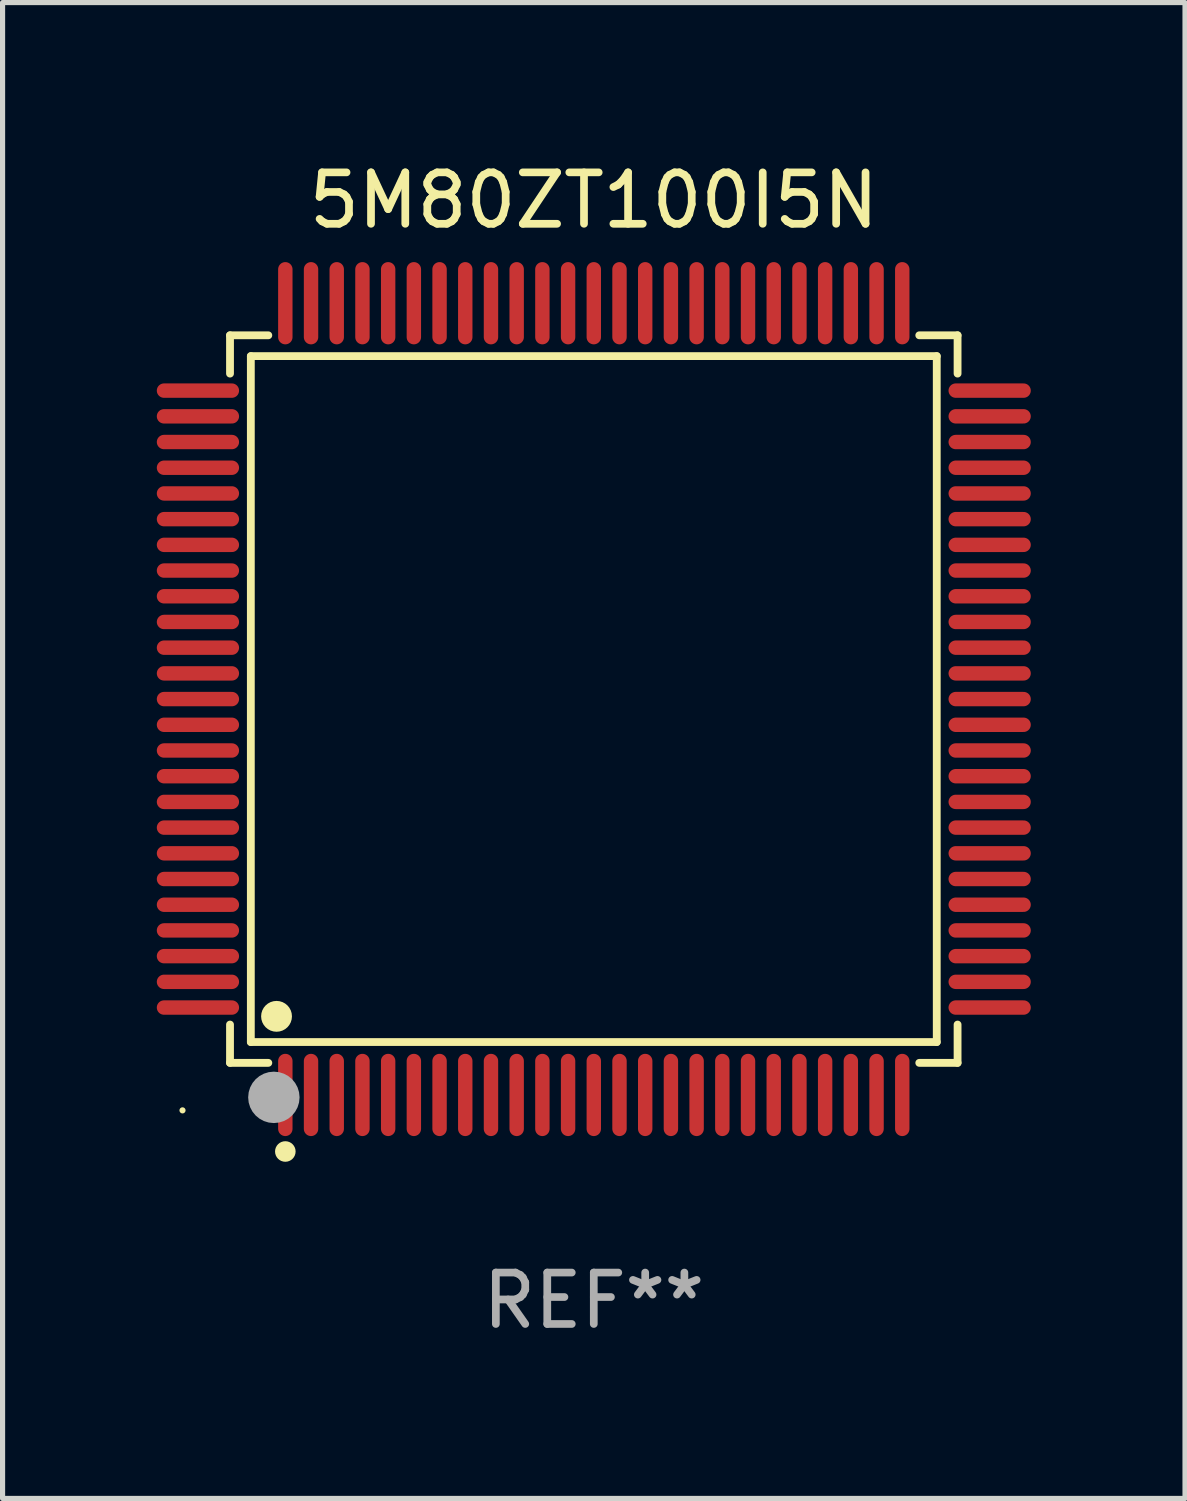
<source format=kicad_pcb>
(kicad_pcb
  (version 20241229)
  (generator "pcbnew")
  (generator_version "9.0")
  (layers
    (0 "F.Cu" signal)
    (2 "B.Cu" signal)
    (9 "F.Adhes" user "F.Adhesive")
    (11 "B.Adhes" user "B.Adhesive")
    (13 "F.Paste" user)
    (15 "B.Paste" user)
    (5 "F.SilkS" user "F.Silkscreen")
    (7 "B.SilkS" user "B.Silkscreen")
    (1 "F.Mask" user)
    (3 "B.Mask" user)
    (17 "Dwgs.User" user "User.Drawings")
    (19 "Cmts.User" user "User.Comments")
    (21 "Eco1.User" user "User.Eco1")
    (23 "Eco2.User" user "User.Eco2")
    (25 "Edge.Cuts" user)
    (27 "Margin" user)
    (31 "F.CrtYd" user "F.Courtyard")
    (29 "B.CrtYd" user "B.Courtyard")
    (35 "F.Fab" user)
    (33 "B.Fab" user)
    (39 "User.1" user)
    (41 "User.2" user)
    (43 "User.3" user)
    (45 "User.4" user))
  (footprint "5M80ZT100I5N"
    (layer "F.Cu")
    (at 8.5 10.548)
    (property "Reference" "5M80ZT100I5N" (at 0 -9.7 0) (layer "F.SilkS") (effects (font (size 1 1) (thickness 0.15))))
    (attr through_hole)
    (fp_line (start -7.076 -7.076) (end -6.331 -7.076) (stroke (width 0.152) (type solid)) (layer "F.SilkS"))
    (fp_line (start -7.076 -6.331) (end -7.076 -7.076) (stroke (width 0.152) (type solid)) (layer "F.SilkS"))
    (fp_line (start -7.076 6.331) (end -7.076 7.076) (stroke (width 0.152) (type solid)) (layer "F.SilkS"))
    (fp_line (start -7.076 7.076) (end -6.331 7.076) (stroke (width 0.152) (type solid)) (layer "F.SilkS"))
    (fp_line (start -6.671 -6.671) (end 6.671 -6.671) (stroke (width 0.152) (type solid)) (layer "F.SilkS"))
    (fp_line (start -6.671 6.671) (end -6.671 -6.671) (stroke (width 0.152) (type solid)) (layer "F.SilkS"))
    (fp_line (start 6.671 -6.671) (end 6.671 6.671) (stroke (width 0.152) (type solid)) (layer "F.SilkS"))
    (fp_line (start 6.671 6.671) (end -6.671 6.671) (stroke (width 0.152) (type solid)) (layer "F.SilkS"))
    (fp_line (start 7.076 -7.076) (end 6.331 -7.076) (stroke (width 0.152) (type solid)) (layer "F.SilkS"))
    (fp_line (start 7.076 -6.331) (end 7.076 -7.076) (stroke (width 0.152) (type solid)) (layer "F.SilkS"))
    (fp_line (start 7.076 6.331) (end 7.076 7.076) (stroke (width 0.152) (type solid)) (layer "F.SilkS"))
    (fp_line (start 7.076 7.076) (end 6.331 7.076) (stroke (width 0.152) (type solid)) (layer "F.SilkS"))
    (fp_circle (center -8 8) (end -7.97 8) (stroke (width 0.06) (type solid)) (fill no) (layer "F.SilkS"))
    (fp_circle (center -6.171 6.171) (end -6.021 6.171) (stroke (width 0.3) (type solid)) (fill no) (layer "F.SilkS"))
    (fp_circle (center -6 8.8) (end -5.9 8.8) (stroke (width 0.2) (type solid)) (fill no) (layer "F.SilkS"))
    (fp_circle (center -6.223 7.747) (end -5.973 7.747) (stroke (width 0.5) (type solid)) (fill no) (layer "F.Fab"))
    (fp_text user "REF**" (at 0 11.7 0) (layer "F.Fab") (effects (font (size 1 1) (thickness 0.15))))
    (pad "1" smd oval (at -6 7.7) (size 0.28 1.6) (layers "F.Cu" "F.Mask" "F.Paste"))
    (pad "2" smd oval (at -5.5 7.7) (size 0.28 1.6) (layers "F.Cu" "F.Mask" "F.Paste"))
    (pad "3" smd oval (at -5 7.7) (size 0.28 1.6) (layers "F.Cu" "F.Mask" "F.Paste"))
    (pad "4" smd oval (at -4.5 7.7) (size 0.28 1.6) (layers "F.Cu" "F.Mask" "F.Paste"))
    (pad "5" smd oval (at -4 7.7) (size 0.28 1.6) (layers "F.Cu" "F.Mask" "F.Paste"))
    (pad "6" smd oval (at -3.5 7.7) (size 0.28 1.6) (layers "F.Cu" "F.Mask" "F.Paste"))
    (pad "7" smd oval (at -3 7.7) (size 0.28 1.6) (layers "F.Cu" "F.Mask" "F.Paste"))
    (pad "8" smd oval (at -2.5 7.7) (size 0.28 1.6) (layers "F.Cu" "F.Mask" "F.Paste"))
    (pad "9" smd oval (at -2 7.7) (size 0.28 1.6) (layers "F.Cu" "F.Mask" "F.Paste"))
    (pad "10" smd oval (at -1.5 7.7) (size 0.28 1.6) (layers "F.Cu" "F.Mask" "F.Paste"))
    (pad "11" smd oval (at -1 7.7) (size 0.28 1.6) (layers "F.Cu" "F.Mask" "F.Paste"))
    (pad "12" smd oval (at -0.5 7.7) (size 0.28 1.6) (layers "F.Cu" "F.Mask" "F.Paste"))
    (pad "13" smd oval (at 0 7.7) (size 0.28 1.6) (layers "F.Cu" "F.Mask" "F.Paste"))
    (pad "14" smd oval (at 0.5 7.7) (size 0.28 1.6) (layers "F.Cu" "F.Mask" "F.Paste"))
    (pad "15" smd oval (at 1 7.7) (size 0.28 1.6) (layers "F.Cu" "F.Mask" "F.Paste"))
    (pad "16" smd oval (at 1.5 7.7) (size 0.28 1.6) (layers "F.Cu" "F.Mask" "F.Paste"))
    (pad "17" smd oval (at 2 7.7) (size 0.28 1.6) (layers "F.Cu" "F.Mask" "F.Paste"))
    (pad "18" smd oval (at 2.5 7.7) (size 0.28 1.6) (layers "F.Cu" "F.Mask" "F.Paste"))
    (pad "19" smd oval (at 3 7.7) (size 0.28 1.6) (layers "F.Cu" "F.Mask" "F.Paste"))
    (pad "20" smd oval (at 3.5 7.7) (size 0.28 1.6) (layers "F.Cu" "F.Mask" "F.Paste"))
    (pad "21" smd oval (at 4 7.7) (size 0.28 1.6) (layers "F.Cu" "F.Mask" "F.Paste"))
    (pad "22" smd oval (at 4.5 7.7) (size 0.28 1.6) (layers "F.Cu" "F.Mask" "F.Paste"))
    (pad "23" smd oval (at 5 7.7) (size 0.28 1.6) (layers "F.Cu" "F.Mask" "F.Paste"))
    (pad "24" smd oval (at 5.5 7.7) (size 0.28 1.6) (layers "F.Cu" "F.Mask" "F.Paste"))
    (pad "25" smd oval (at 6 7.7) (size 0.28 1.6) (layers "F.Cu" "F.Mask" "F.Paste"))
    (pad "26" smd oval (at 7.7 6) (size 1.6 0.28) (layers "F.Cu" "F.Mask" "F.Paste"))
    (pad "27" smd oval (at 7.7 5.5) (size 1.6 0.28) (layers "F.Cu" "F.Mask" "F.Paste"))
    (pad "28" smd oval (at 7.7 5) (size 1.6 0.28) (layers "F.Cu" "F.Mask" "F.Paste"))
    (pad "29" smd oval (at 7.7 4.5) (size 1.6 0.28) (layers "F.Cu" "F.Mask" "F.Paste"))
    (pad "30" smd oval (at 7.7 4) (size 1.6 0.28) (layers "F.Cu" "F.Mask" "F.Paste"))
    (pad "31" smd oval (at 7.7 3.5) (size 1.6 0.28) (layers "F.Cu" "F.Mask" "F.Paste"))
    (pad "32" smd oval (at 7.7 3) (size 1.6 0.28) (layers "F.Cu" "F.Mask" "F.Paste"))
    (pad "33" smd oval (at 7.7 2.5) (size 1.6 0.28) (layers "F.Cu" "F.Mask" "F.Paste"))
    (pad "34" smd oval (at 7.7 2) (size 1.6 0.28) (layers "F.Cu" "F.Mask" "F.Paste"))
    (pad "35" smd oval (at 7.7 1.5) (size 1.6 0.28) (layers "F.Cu" "F.Mask" "F.Paste"))
    (pad "36" smd oval (at 7.7 1) (size 1.6 0.28) (layers "F.Cu" "F.Mask" "F.Paste"))
    (pad "37" smd oval (at 7.7 0.5) (size 1.6 0.28) (layers "F.Cu" "F.Mask" "F.Paste"))
    (pad "38" smd oval (at 7.7 0) (size 1.6 0.28) (layers "F.Cu" "F.Mask" "F.Paste"))
    (pad "39" smd oval (at 7.7 -0.5) (size 1.6 0.28) (layers "F.Cu" "F.Mask" "F.Paste"))
    (pad "40" smd oval (at 7.7 -1) (size 1.6 0.28) (layers "F.Cu" "F.Mask" "F.Paste"))
    (pad "41" smd oval (at 7.7 -1.5) (size 1.6 0.28) (layers "F.Cu" "F.Mask" "F.Paste"))
    (pad "42" smd oval (at 7.7 -2) (size 1.6 0.28) (layers "F.Cu" "F.Mask" "F.Paste"))
    (pad "43" smd oval (at 7.7 -2.5) (size 1.6 0.28) (layers "F.Cu" "F.Mask" "F.Paste"))
    (pad "44" smd oval (at 7.7 -3) (size 1.6 0.28) (layers "F.Cu" "F.Mask" "F.Paste"))
    (pad "45" smd oval (at 7.7 -3.5) (size 1.6 0.28) (layers "F.Cu" "F.Mask" "F.Paste"))
    (pad "46" smd oval (at 7.7 -4) (size 1.6 0.28) (layers "F.Cu" "F.Mask" "F.Paste"))
    (pad "47" smd oval (at 7.7 -4.5) (size 1.6 0.28) (layers "F.Cu" "F.Mask" "F.Paste"))
    (pad "48" smd oval (at 7.7 -5) (size 1.6 0.28) (layers "F.Cu" "F.Mask" "F.Paste"))
    (pad "49" smd oval (at 7.7 -5.5) (size 1.6 0.28) (layers "F.Cu" "F.Mask" "F.Paste"))
    (pad "50" smd oval (at 7.7 -6) (size 1.6 0.28) (layers "F.Cu" "F.Mask" "F.Paste"))
    (pad "51" smd oval (at 6 -7.7) (size 0.28 1.6) (layers "F.Cu" "F.Mask" "F.Paste"))
    (pad "52" smd oval (at 5.5 -7.7) (size 0.28 1.6) (layers "F.Cu" "F.Mask" "F.Paste"))
    (pad "53" smd oval (at 5 -7.7) (size 0.28 1.6) (layers "F.Cu" "F.Mask" "F.Paste"))
    (pad "54" smd oval (at 4.5 -7.7) (size 0.28 1.6) (layers "F.Cu" "F.Mask" "F.Paste"))
    (pad "55" smd oval (at 4 -7.7) (size 0.28 1.6) (layers "F.Cu" "F.Mask" "F.Paste"))
    (pad "56" smd oval (at 3.5 -7.7) (size 0.28 1.6) (layers "F.Cu" "F.Mask" "F.Paste"))
    (pad "57" smd oval (at 3 -7.7) (size 0.28 1.6) (layers "F.Cu" "F.Mask" "F.Paste"))
    (pad "58" smd oval (at 2.5 -7.7) (size 0.28 1.6) (layers "F.Cu" "F.Mask" "F.Paste"))
    (pad "59" smd oval (at 2 -7.7) (size 0.28 1.6) (layers "F.Cu" "F.Mask" "F.Paste"))
    (pad "60" smd oval (at 1.5 -7.7) (size 0.28 1.6) (layers "F.Cu" "F.Mask" "F.Paste"))
    (pad "61" smd oval (at 1 -7.7) (size 0.28 1.6) (layers "F.Cu" "F.Mask" "F.Paste"))
    (pad "62" smd oval (at 0.5 -7.7) (size 0.28 1.6) (layers "F.Cu" "F.Mask" "F.Paste"))
    (pad "63" smd oval (at 0 -7.7) (size 0.28 1.6) (layers "F.Cu" "F.Mask" "F.Paste"))
    (pad "64" smd oval (at -0.5 -7.7) (size 0.28 1.6) (layers "F.Cu" "F.Mask" "F.Paste"))
    (pad "65" smd oval (at -1 -7.7) (size 0.28 1.6) (layers "F.Cu" "F.Mask" "F.Paste"))
    (pad "66" smd oval (at -1.5 -7.7) (size 0.28 1.6) (layers "F.Cu" "F.Mask" "F.Paste"))
    (pad "67" smd oval (at -2 -7.7) (size 0.28 1.6) (layers "F.Cu" "F.Mask" "F.Paste"))
    (pad "68" smd oval (at -2.5 -7.7) (size 0.28 1.6) (layers "F.Cu" "F.Mask" "F.Paste"))
    (pad "69" smd oval (at -3 -7.7) (size 0.28 1.6) (layers "F.Cu" "F.Mask" "F.Paste"))
    (pad "70" smd oval (at -3.5 -7.7) (size 0.28 1.6) (layers "F.Cu" "F.Mask" "F.Paste"))
    (pad "71" smd oval (at -4 -7.7) (size 0.28 1.6) (layers "F.Cu" "F.Mask" "F.Paste"))
    (pad "72" smd oval (at -4.5 -7.7) (size 0.28 1.6) (layers "F.Cu" "F.Mask" "F.Paste"))
    (pad "73" smd oval (at -5 -7.7) (size 0.28 1.6) (layers "F.Cu" "F.Mask" "F.Paste"))
    (pad "74" smd oval (at -5.5 -7.7) (size 0.28 1.6) (layers "F.Cu" "F.Mask" "F.Paste"))
    (pad "75" smd oval (at -6 -7.7) (size 0.28 1.6) (layers "F.Cu" "F.Mask" "F.Paste"))
    (pad "76" smd oval (at -7.7 -6) (size 1.6 0.28) (layers "F.Cu" "F.Mask" "F.Paste"))
    (pad "77" smd oval (at -7.7 -5.5) (size 1.6 0.28) (layers "F.Cu" "F.Mask" "F.Paste"))
    (pad "78" smd oval (at -7.7 -5) (size 1.6 0.28) (layers "F.Cu" "F.Mask" "F.Paste"))
    (pad "79" smd oval (at -7.7 -4.5) (size 1.6 0.28) (layers "F.Cu" "F.Mask" "F.Paste"))
    (pad "80" smd oval (at -7.7 -4) (size 1.6 0.28) (layers "F.Cu" "F.Mask" "F.Paste"))
    (pad "81" smd oval (at -7.7 -3.5) (size 1.6 0.28) (layers "F.Cu" "F.Mask" "F.Paste"))
    (pad "82" smd oval (at -7.7 -3) (size 1.6 0.28) (layers "F.Cu" "F.Mask" "F.Paste"))
    (pad "83" smd oval (at -7.7 -2.5) (size 1.6 0.28) (layers "F.Cu" "F.Mask" "F.Paste"))
    (pad "84" smd oval (at -7.7 -2) (size 1.6 0.28) (layers "F.Cu" "F.Mask" "F.Paste"))
    (pad "85" smd oval (at -7.7 -1.5) (size 1.6 0.28) (layers "F.Cu" "F.Mask" "F.Paste"))
    (pad "86" smd oval (at -7.7 -1) (size 1.6 0.28) (layers "F.Cu" "F.Mask" "F.Paste"))
    (pad "87" smd oval (at -7.7 -0.5) (size 1.6 0.28) (layers "F.Cu" "F.Mask" "F.Paste"))
    (pad "88" smd oval (at -7.7 0) (size 1.6 0.28) (layers "F.Cu" "F.Mask" "F.Paste"))
    (pad "89" smd oval (at -7.7 0.5) (size 1.6 0.28) (layers "F.Cu" "F.Mask" "F.Paste"))
    (pad "90" smd oval (at -7.7 1) (size 1.6 0.28) (layers "F.Cu" "F.Mask" "F.Paste"))
    (pad "91" smd oval (at -7.7 1.5) (size 1.6 0.28) (layers "F.Cu" "F.Mask" "F.Paste"))
    (pad "92" smd oval (at -7.7 2) (size 1.6 0.28) (layers "F.Cu" "F.Mask" "F.Paste"))
    (pad "93" smd oval (at -7.7 2.5) (size 1.6 0.28) (layers "F.Cu" "F.Mask" "F.Paste"))
    (pad "94" smd oval (at -7.7 3) (size 1.6 0.28) (layers "F.Cu" "F.Mask" "F.Paste"))
    (pad "95" smd oval (at -7.7 3.5) (size 1.6 0.28) (layers "F.Cu" "F.Mask" "F.Paste"))
    (pad "96" smd oval (at -7.7 4) (size 1.6 0.28) (layers "F.Cu" "F.Mask" "F.Paste"))
    (pad "97" smd oval (at -7.7 4.5) (size 1.6 0.28) (layers "F.Cu" "F.Mask" "F.Paste"))
    (pad "98" smd oval (at -7.7 5) (size 1.6 0.28) (layers "F.Cu" "F.Mask" "F.Paste"))
    (pad "99" smd oval (at -7.7 5.5) (size 1.6 0.28) (layers "F.Cu" "F.Mask" "F.Paste"))
    (pad "100" smd oval (at -7.7 6) (size 1.6 0.28) (layers "F.Cu" "F.Mask" "F.Paste")))
  (gr_rect
    (start -3 -3)
    (end 20 26.097)
    (stroke (width 0.1) (type default))
    (fill no)
    (layer "Edge.Cuts")))
</source>
